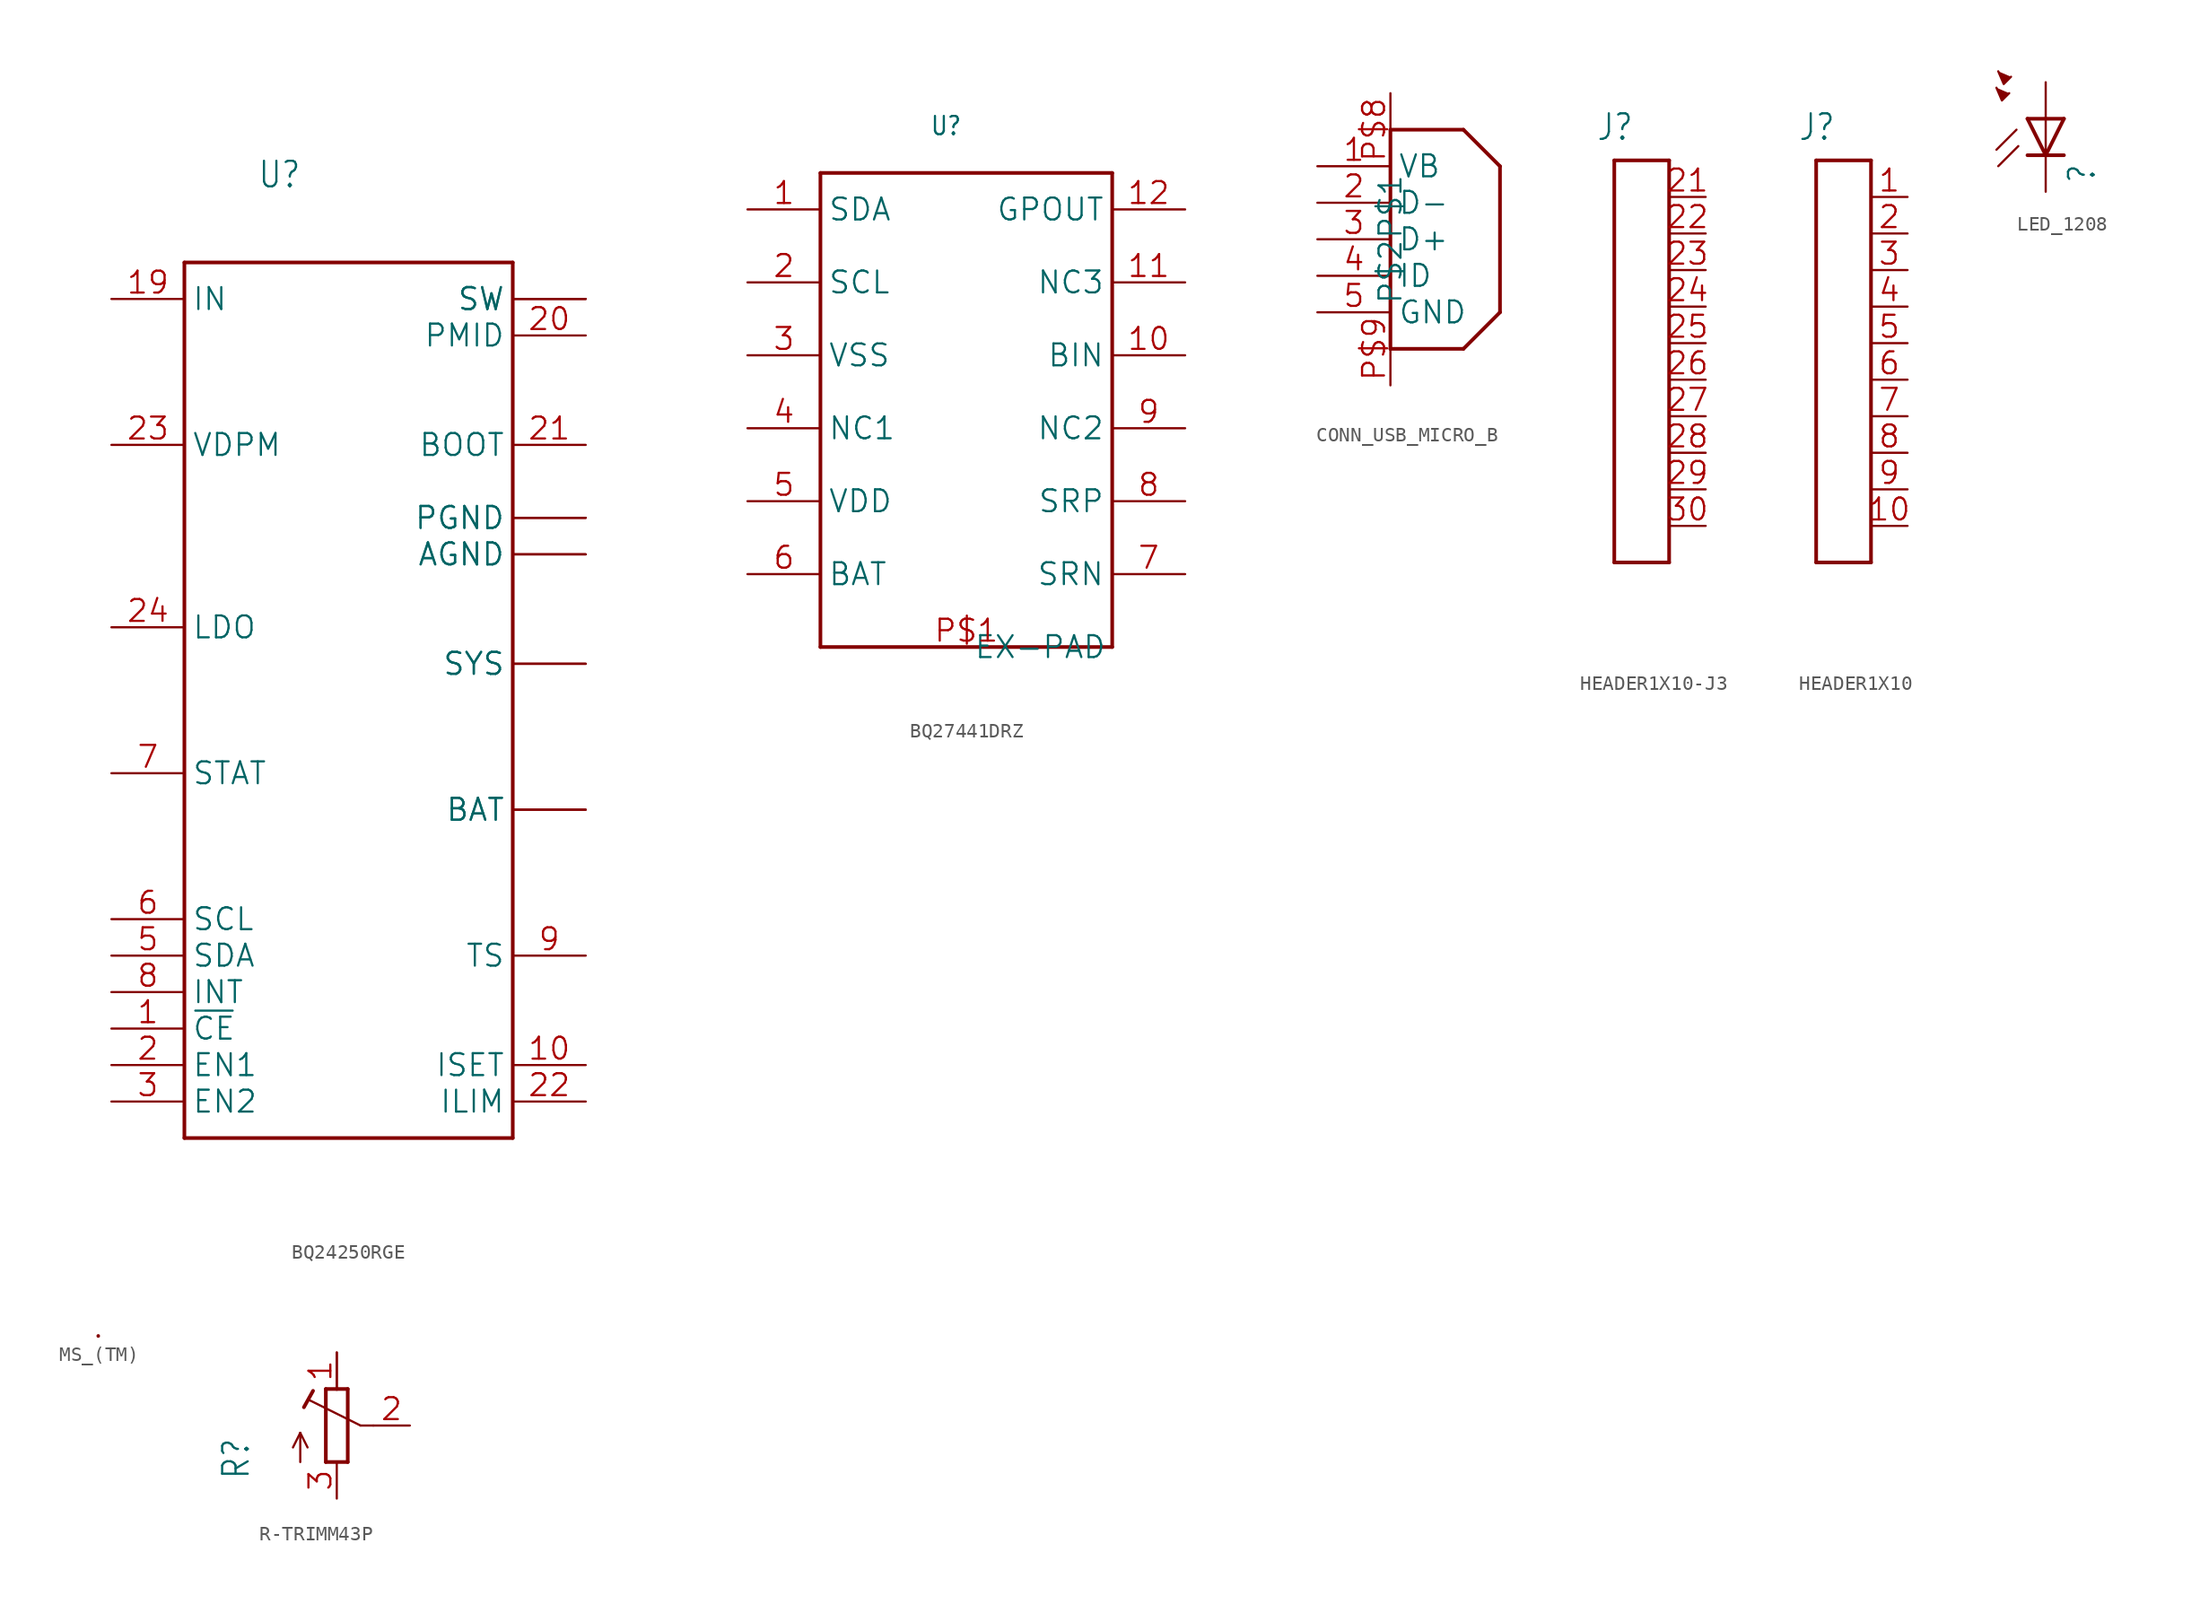
<source format=kicad_sym>
(kicad_symbol_lib
  (version 20241209)
  (generator "kicad_symbol_editor")
  (generator_version "9.0")
  (symbol "BQ24250RGE"
    (property "Reference" "U"
      (at -7.62 33.02 0)
      (effects (font (size 1.778 1.511)) (justify left bottom)))
    (property "Value" ""
      (at -7.62 30.48 0)
      (effects (font (size 1.778 1.511)) (justify left bottom)))
    (property "ki_locked" ""
      (at 0 0 0)
      (effects (font (size 1.27 1.27))))
    (symbol "BQ24250RGE_1_0"
      (polyline (pts (xy -12.7 27.94) (xy -12.7 -33.02)) (stroke (width 0.254) (type solid)) (fill (type none)))
      (polyline (pts (xy -12.7 -33.02) (xy 10.16 -33.02)) (stroke (width 0.254) (type solid)) (fill (type none)))
      (polyline (pts (xy 10.16 27.94) (xy -12.7 27.94)) (stroke (width 0.254) (type solid)) (fill (type none)))
      (polyline (pts (xy 10.16 -33.02) (xy 10.16 27.94)) (stroke (width 0.254) (type solid)) (fill (type none)))
      (pin bidirectional line (at -17.78 25.4 0) (length 5.08) (name "IN" (effects (font (size 1.524 1.524)))) (number "19" (effects (font (size 1.524 1.524)))))
      (pin bidirectional line (at -17.78 15.24 0) (length 5.08) (name "VDPM" (effects (font (size 1.524 1.524)))) (number "23" (effects (font (size 1.524 1.524)))))
      (pin bidirectional line (at -17.78 2.54 0) (length 5.08) (name "LDO" (effects (font (size 1.524 1.524)))) (number "24" (effects (font (size 1.524 1.524)))))
      (pin bidirectional line (at -17.78 -7.62 0) (length 5.08) (name "STAT" (effects (font (size 1.524 1.524)))) (number "7" (effects (font (size 1.524 1.524)))))
      (pin bidirectional line (at -17.78 -17.78 0) (length 5.08) (name "SCL" (effects (font (size 1.524 1.524)))) (number "6" (effects (font (size 1.524 1.524)))))
      (pin bidirectional line (at -17.78 -20.32 0) (length 5.08) (name "SDA" (effects (font (size 1.524 1.524)))) (number "5" (effects (font (size 1.524 1.524)))))
      (pin bidirectional line (at -17.78 -22.86 0) (length 5.08) (name "INT" (effects (font (size 1.524 1.524)))) (number "8" (effects (font (size 1.524 1.524)))))
      (pin bidirectional line (at -17.78 -25.4 0) (length 5.08) (name "~{CE}" (effects (font (size 1.524 1.524)))) (number "1" (effects (font (size 1.524 1.524)))))
      (pin bidirectional line (at -17.78 -27.94 0) (length 5.08) (name "EN1" (effects (font (size 1.524 1.524)))) (number "2" (effects (font (size 1.524 1.524)))))
      (pin bidirectional line (at -17.78 -30.48 0) (length 5.08) (name "EN2" (effects (font (size 1.524 1.524)))) (number "3" (effects (font (size 1.524 1.524)))))
      (pin bidirectional line (at 15.24 25.4 180) (length 5.08) (name "SW" (effects (font (size 1.524 1.524)))) (number "17" (effects (font (size 0 0)))))
      (pin bidirectional line (at 15.24 25.4 180) (length 5.08) (name "SW" (effects (font (size 1.524 1.524)))) (number "18" (effects (font (size 0 0)))))
      (pin bidirectional line (at 15.24 22.86 180) (length 5.08) (name "PMID" (effects (font (size 1.524 1.524)))) (number "20" (effects (font (size 1.524 1.524)))))
      (pin bidirectional line (at 15.24 15.24 180) (length 5.08) (name "BOOT" (effects (font (size 1.524 1.524)))) (number "21" (effects (font (size 1.524 1.524)))))
      (pin bidirectional line (at 15.24 10.16 180) (length 5.08) (name "PGND" (effects (font (size 1.524 1.524)))) (number "15" (effects (font (size 0 0)))))
      (pin bidirectional line (at 15.24 10.16 180) (length 5.08) (name "PGND" (effects (font (size 1.524 1.524)))) (number "16" (effects (font (size 0 0)))))
      (pin bidirectional line (at 15.24 7.62 180) (length 5.08) (name "AGND" (effects (font (size 1.524 1.524)))) (number "4" (effects (font (size 0 0)))))
      (pin bidirectional line (at 15.24 7.62 180) (length 5.08) (name "AGND" (effects (font (size 1.524 1.524)))) (number "P$1" (effects (font (size 0 0)))))
      (pin bidirectional line (at 15.24 0 180) (length 5.08) (name "SYS" (effects (font (size 1.524 1.524)))) (number "13" (effects (font (size 0 0)))))
      (pin bidirectional line (at 15.24 0 180) (length 5.08) (name "SYS" (effects (font (size 1.524 1.524)))) (number "14" (effects (font (size 0 0)))))
      (pin bidirectional line (at 15.24 -10.16 180) (length 5.08) (name "BAT" (effects (font (size 1.524 1.524)))) (number "11" (effects (font (size 0 0)))))
      (pin bidirectional line (at 15.24 -10.16 180) (length 5.08) (name "BAT" (effects (font (size 1.524 1.524)))) (number "12" (effects (font (size 0 0)))))
      (pin bidirectional line (at 15.24 -20.32 180) (length 5.08) (name "TS" (effects (font (size 1.524 1.524)))) (number "9" (effects (font (size 1.524 1.524)))))
      (pin bidirectional line (at 15.24 -27.94 180) (length 5.08) (name "ISET" (effects (font (size 1.524 1.524)))) (number "10" (effects (font (size 1.524 1.524)))))
      (pin bidirectional line (at 15.24 -30.48 180) (length 5.08) (name "ILIM" (effects (font (size 1.524 1.524)))) (number "22" (effects (font (size 1.524 1.524)))))))
  (symbol "BQ27441DRZ"
    (property "Reference" "U"
      (at -2.54 17.78 0)
      (effects (font (size 1.27 1.079)) (justify left bottom)))
    (property "Value" ""
      (at -2.54 15.24 0)
      (effects (font (size 1.27 1.079)) (justify left bottom)))
    (property "ki_locked" ""
      (at 0 0 0)
      (effects (font (size 1.27 1.27))))
    (symbol "BQ27441DRZ_1_0"
      (polyline (pts (xy -10.16 15.24) (xy -10.16 -17.78)) (stroke (width 0.254) (type solid)) (fill (type none)))
      (polyline (pts (xy -10.16 -17.78) (xy 10.16 -17.78)) (stroke (width 0.254) (type solid)) (fill (type none)))
      (polyline (pts (xy 10.16 15.24) (xy -10.16 15.24)) (stroke (width 0.254) (type solid)) (fill (type none)))
      (polyline (pts (xy 10.16 -17.78) (xy 10.16 15.24)) (stroke (width 0.254) (type solid)) (fill (type none)))
      (pin bidirectional line (at -15.24 12.7 0) (length 5.08) (name "SDA" (effects (font (size 1.524 1.524)))) (number "1" (effects (font (size 1.524 1.524)))))
      (pin bidirectional line (at -15.24 7.62 0) (length 5.08) (name "SCL" (effects (font (size 1.524 1.524)))) (number "2" (effects (font (size 1.524 1.524)))))
      (pin bidirectional line (at -15.24 2.54 0) (length 5.08) (name "VSS" (effects (font (size 1.524 1.524)))) (number "3" (effects (font (size 1.524 1.524)))))
      (pin bidirectional line (at -15.24 -2.54 0) (length 5.08) (name "NC1" (effects (font (size 1.524 1.524)))) (number "4" (effects (font (size 1.524 1.524)))))
      (pin bidirectional line (at -15.24 -7.62 0) (length 5.08) (name "VDD" (effects (font (size 1.524 1.524)))) (number "5" (effects (font (size 1.524 1.524)))))
      (pin bidirectional line (at -15.24 -12.7 0) (length 5.08) (name "BAT" (effects (font (size 1.524 1.524)))) (number "6" (effects (font (size 1.524 1.524)))))
      (pin bidirectional line (at 0 -17.78 0) (length 0) (name "EX-PAD" (effects (font (size 1.524 1.524)))) (number "P$1" (effects (font (size 1.524 1.524)))))
      (pin bidirectional line (at 15.24 12.7 180) (length 5.08) (name "GPOUT" (effects (font (size 1.524 1.524)))) (number "12" (effects (font (size 1.524 1.524)))))
      (pin bidirectional line (at 15.24 7.62 180) (length 5.08) (name "NC3" (effects (font (size 1.524 1.524)))) (number "11" (effects (font (size 1.524 1.524)))))
      (pin bidirectional line (at 15.24 2.54 180) (length 5.08) (name "BIN" (effects (font (size 1.524 1.524)))) (number "10" (effects (font (size 1.524 1.524)))))
      (pin bidirectional line (at 15.24 -2.54 180) (length 5.08) (name "NC2" (effects (font (size 1.524 1.524)))) (number "9" (effects (font (size 1.524 1.524)))))
      (pin bidirectional line (at 15.24 -7.62 180) (length 5.08) (name "SRP" (effects (font (size 1.524 1.524)))) (number "8" (effects (font (size 1.524 1.524)))))
      (pin bidirectional line (at 15.24 -12.7 180) (length 5.08) (name "SRN" (effects (font (size 1.524 1.524)))) (number "7" (effects (font (size 1.524 1.524)))))))
  (symbol "CONN_USB_MICRO_B"
    (property "Reference" ""
      (at 0 0 0)
      (effects (font (size 1.27 1.27)) (hide yes)))
    (property "ki_locked" ""
      (at 0 0 0)
      (effects (font (size 1.27 1.27))))
    (symbol "CONN_USB_MICRO_B_1_0"
      (polyline (pts (xy 5.08 2.54) (xy 5.08 -12.7)) (stroke (width 0.254) (type solid)) (fill (type none)))
      (polyline (pts (xy 5.08 -12.7) (xy 10.16 -12.7)) (stroke (width 0.254) (type solid)) (fill (type none)))
      (polyline (pts (xy 10.16 2.54) (xy 5.08 2.54)) (stroke (width 0.254) (type solid)) (fill (type none)))
      (polyline (pts (xy 10.16 -12.7) (xy 12.7 -10.16)) (stroke (width 0.254) (type solid)) (fill (type none)))
      (polyline (pts (xy 12.7 0) (xy 10.16 2.54)) (stroke (width 0.254) (type solid)) (fill (type none)))
      (polyline (pts (xy 12.7 -10.16) (xy 12.7 0)) (stroke (width 0.254) (type solid)) (fill (type none)))
      (pin bidirectional line (at 0 0 0) (length 5.08) (name "VB" (effects (font (size 1.524 1.524)))) (number "1" (effects (font (size 1.524 1.524)))))
      (pin bidirectional line (at 0 -2.54 0) (length 5.08) (name "D-" (effects (font (size 1.524 1.524)))) (number "2" (effects (font (size 1.524 1.524)))))
      (pin bidirectional line (at 0 -5.08 0) (length 5.08) (name "D+" (effects (font (size 1.524 1.524)))) (number "3" (effects (font (size 1.524 1.524)))))
      (pin bidirectional line (at 0 -7.62 0) (length 5.08) (name "ID" (effects (font (size 1.524 1.524)))) (number "4" (effects (font (size 1.524 1.524)))))
      (pin bidirectional line (at 0 -10.16 0) (length 5.08) (name "GND" (effects (font (size 1.524 1.524)))) (number "5" (effects (font (size 1.524 1.524)))))
      (pin bidirectional line (at 5.08 5.08 270) (length 5.08) (name "P$1" (effects (font (size 1.524 1.524)))) (number "P$8" (effects (font (size 1.524 1.524)))))
      (pin bidirectional line (at 5.08 -15.24 90) (length 5.08) (name "P$2" (effects (font (size 1.524 1.524)))) (number "P$9" (effects (font (size 1.524 1.524)))))))
  (symbol "HEADER1X10-J3"
    (property "Reference" "J"
      (at -2.54 16.51 0)
      (effects (font (size 1.778 1.511)) (justify left bottom)))
    (property "Value" ""
      (at -2.54 -16.51 0)
      (effects (font (size 1.778 1.511)) (justify left bottom)))
    (property "ki_locked" ""
      (at 0 0 0)
      (effects (font (size 1.27 1.27))))
    (symbol "HEADER1X10-J3_1_0"
      (polyline (pts (xy -1.27 15.24) (xy 2.54 15.24)) (stroke (width 0.254) (type solid)) (fill (type none)))
      (polyline (pts (xy -1.27 -12.7) (xy -1.27 15.24)) (stroke (width 0.254) (type solid)) (fill (type none)))
      (polyline (pts (xy 2.54 15.24) (xy 2.54 -12.7)) (stroke (width 0.254) (type solid)) (fill (type none)))
      (polyline (pts (xy 2.54 -12.7) (xy -1.27 -12.7)) (stroke (width 0.254) (type solid)) (fill (type none)))
      (pin bidirectional line (at 5.08 12.7 180) (length 2.54) (name "1" (effects (font (size 0 0)))) (number "21" (effects (font (size 1.524 1.524)))))
      (pin bidirectional line (at 5.08 10.16 180) (length 2.54) (name "2" (effects (font (size 0 0)))) (number "22" (effects (font (size 1.524 1.524)))))
      (pin bidirectional line (at 5.08 7.62 180) (length 2.54) (name "3" (effects (font (size 0 0)))) (number "23" (effects (font (size 1.524 1.524)))))
      (pin bidirectional line (at 5.08 5.08 180) (length 2.54) (name "4" (effects (font (size 0 0)))) (number "24" (effects (font (size 1.524 1.524)))))
      (pin bidirectional line (at 5.08 2.54 180) (length 2.54) (name "5" (effects (font (size 0 0)))) (number "25" (effects (font (size 1.524 1.524)))))
      (pin bidirectional line (at 5.08 0 180) (length 2.54) (name "6" (effects (font (size 0 0)))) (number "26" (effects (font (size 1.524 1.524)))))
      (pin bidirectional line (at 5.08 -2.54 180) (length 2.54) (name "7" (effects (font (size 0 0)))) (number "27" (effects (font (size 1.524 1.524)))))
      (pin bidirectional line (at 5.08 -5.08 180) (length 2.54) (name "8" (effects (font (size 0 0)))) (number "28" (effects (font (size 1.524 1.524)))))
      (pin bidirectional line (at 5.08 -7.62 180) (length 2.54) (name "9" (effects (font (size 0 0)))) (number "29" (effects (font (size 1.524 1.524)))))
      (pin bidirectional line (at 5.08 -10.16 180) (length 2.54) (name "10" (effects (font (size 0 0)))) (number "30" (effects (font (size 1.524 1.524)))))))
  (symbol "HEADER1X10"
    (property "Reference" "J"
      (at -2.54 16.51 0)
      (effects (font (size 1.778 1.511)) (justify left bottom)))
    (property "Value" ""
      (at -2.54 -16.51 0)
      (effects (font (size 1.778 1.511)) (justify left bottom)))
    (property "ki_locked" ""
      (at 0 0 0)
      (effects (font (size 1.27 1.27))))
    (symbol "HEADER1X10_1_0"
      (polyline (pts (xy -1.27 15.24) (xy 2.54 15.24)) (stroke (width 0.254) (type solid)) (fill (type none)))
      (polyline (pts (xy -1.27 -12.7) (xy -1.27 15.24)) (stroke (width 0.254) (type solid)) (fill (type none)))
      (polyline (pts (xy 2.54 15.24) (xy 2.54 -12.7)) (stroke (width 0.254) (type solid)) (fill (type none)))
      (polyline (pts (xy 2.54 -12.7) (xy -1.27 -12.7)) (stroke (width 0.254) (type solid)) (fill (type none)))
      (pin bidirectional line (at 5.08 12.7 180) (length 2.54) (name "1" (effects (font (size 0 0)))) (number "1" (effects (font (size 1.524 1.524)))))
      (pin bidirectional line (at 5.08 10.16 180) (length 2.54) (name "2" (effects (font (size 0 0)))) (number "2" (effects (font (size 1.524 1.524)))))
      (pin bidirectional line (at 5.08 7.62 180) (length 2.54) (name "3" (effects (font (size 0 0)))) (number "3" (effects (font (size 1.524 1.524)))))
      (pin bidirectional line (at 5.08 5.08 180) (length 2.54) (name "4" (effects (font (size 0 0)))) (number "4" (effects (font (size 1.524 1.524)))))
      (pin bidirectional line (at 5.08 2.54 180) (length 2.54) (name "5" (effects (font (size 0 0)))) (number "5" (effects (font (size 1.524 1.524)))))
      (pin bidirectional line (at 5.08 0 180) (length 2.54) (name "6" (effects (font (size 0 0)))) (number "6" (effects (font (size 1.524 1.524)))))
      (pin bidirectional line (at 5.08 -2.54 180) (length 2.54) (name "7" (effects (font (size 0 0)))) (number "7" (effects (font (size 1.524 1.524)))))
      (pin bidirectional line (at 5.08 -5.08 180) (length 2.54) (name "8" (effects (font (size 0 0)))) (number "8" (effects (font (size 1.524 1.524)))))
      (pin bidirectional line (at 5.08 -7.62 180) (length 2.54) (name "9" (effects (font (size 0 0)))) (number "9" (effects (font (size 1.524 1.524)))))
      (pin bidirectional line (at 5.08 -10.16 180) (length 2.54) (name "10" (effects (font (size 0 0)))) (number "10" (effects (font (size 1.524 1.524)))))))
  (symbol "LED_1208"
    (property "Reference" ""
      (at 3.556 -4.572 90)
      (effects (font (size 1.778 1.511)) (justify left bottom)))
    (property "Value" ""
      (at 5.715 -4.572 90)
      (effects (font (size 1.778 1.511)) (justify left bottom)))
    (property "ki_locked" ""
      (at 0 0 0)
      (effects (font (size 1.27 1.27))))
    (symbol "LED_1208_1_0"
      (polyline (pts (xy -3.429 2.159) (xy -3.048 1.27) (xy -2.54 1.778)) (stroke (width 0.152) (type solid)) (fill (type outline)))
      (polyline (pts (xy -3.302 3.302) (xy -2.921 2.413) (xy -2.413 2.921)) (stroke (width 0.152) (type solid)) (fill (type outline)))
      (polyline (pts (xy -2.032 -0.762) (xy -3.429 -2.159)) (stroke (width 0.152) (type solid)) (fill (type none)))
      (polyline (pts (xy -1.905 -1.905) (xy -3.302 -3.302)) (stroke (width 0.152) (type solid)) (fill (type none)))
      (polyline (pts (xy 0 0) (xy -1.27 0)) (stroke (width 0.254) (type solid)) (fill (type none)))
      (polyline (pts (xy 0 0) (xy 0 -2.54)) (stroke (width 0.152) (type solid)) (fill (type none)))
      (polyline (pts (xy 0 -2.54) (xy -1.27 0)) (stroke (width 0.254) (type solid)) (fill (type none)))
      (polyline (pts (xy 0 -2.54) (xy -1.27 -2.54)) (stroke (width 0.254) (type solid)) (fill (type none)))
      (polyline (pts (xy 1.27 0) (xy 0 0)) (stroke (width 0.254) (type solid)) (fill (type none)))
      (polyline (pts (xy 1.27 0) (xy 0 -2.54)) (stroke (width 0.254) (type solid)) (fill (type none)))
      (polyline (pts (xy 1.27 -2.54) (xy 0 -2.54)) (stroke (width 0.254) (type solid)) (fill (type none)))
      (pin passive line (at 0 2.54 270) (length 2.54) (name "A" (effects (font (size 0 0)))) (number "ANODE" (effects (font (size 0 0)))))
      (pin passive line (at 0 -5.08 90) (length 2.54) (name "C" (effects (font (size 0 0)))) (number "CATHODE" (effects (font (size 0 0)))))))
  (symbol "MS_(TM)"
    (property "Reference" ""
      (at 0 0 0)
      (effects (font (size 1.27 1.27)) (hide yes)))
    (property "ki_locked" ""
      (at 0 0 0)
      (effects (font (size 1.27 1.27))))
    (symbol "MS_(TM)_1_0"
      (polyline (pts (xy 0 0) (xy 0 -0.013)) (stroke (width 0.254) (type solid)) (fill (type none)))))
  (symbol "R-TRIMM43P"
    (property "Reference" "R"
      (at -5.969 -3.81 90)
      (effects (font (size 1.778 1.511)) (justify left bottom)))
    (property "Value" ""
      (at -3.81 -3.81 90)
      (effects (font (size 1.778 1.511)) (justify left bottom)))
    (property "ki_locked" ""
      (at 0 0 0)
      (effects (font (size 1.27 1.27))))
    (symbol "R-TRIMM43P_1_0"
      (polyline (pts (xy -2.54 -0.508) (xy -3.048 -1.524)) (stroke (width 0.152) (type solid)) (fill (type none)))
      (polyline (pts (xy -2.54 -0.508) (xy -2.032 -1.524)) (stroke (width 0.152) (type solid)) (fill (type none)))
      (polyline (pts (xy -2.54 -2.54) (xy -2.54 -0.508)) (stroke (width 0.152) (type solid)) (fill (type none)))
      (polyline (pts (xy -2.286 1.27) (xy -1.651 2.413)) (stroke (width 0.254) (type solid)) (fill (type none)))
      (polyline (pts (xy -0.762 2.54) (xy -0.762 -2.54)) (stroke (width 0.254) (type solid)) (fill (type none)))
      (polyline (pts (xy -0.762 -2.54) (xy 0.762 -2.54)) (stroke (width 0.254) (type solid)) (fill (type none)))
      (polyline (pts (xy 0 2.54) (xy -0.762 2.54)) (stroke (width 0.254) (type solid)) (fill (type none)))
      (polyline (pts (xy 0 2.54) (xy 0 5.08)) (stroke (width 0.152) (type solid)) (fill (type none)))
      (polyline (pts (xy 0.762 2.54) (xy 0 2.54)) (stroke (width 0.254) (type solid)) (fill (type none)))
      (polyline (pts (xy 0.762 -2.54) (xy 0.762 2.54)) (stroke (width 0.254) (type solid)) (fill (type none)))
      (polyline (pts (xy 1.651 0) (xy -1.88 1.753)) (stroke (width 0.152) (type solid)) (fill (type none)))
      (polyline (pts (xy 2.54 0) (xy 1.651 0)) (stroke (width 0.152) (type solid)) (fill (type none)))
      (pin passive line (at 0 5.08 270) (length 2.54) (name "A" (effects (font (size 0 0)))) (number "1" (effects (font (size 1.524 1.524)))))
      (pin passive line (at 0 -5.08 90) (length 2.54) (name "E" (effects (font (size 0 0)))) (number "3" (effects (font (size 1.524 1.524)))))
      (pin passive line (at 5.08 0 180) (length 2.54) (name "S" (effects (font (size 0 0)))) (number "2" (effects (font (size 1.524 1.524))))))))
</source>
